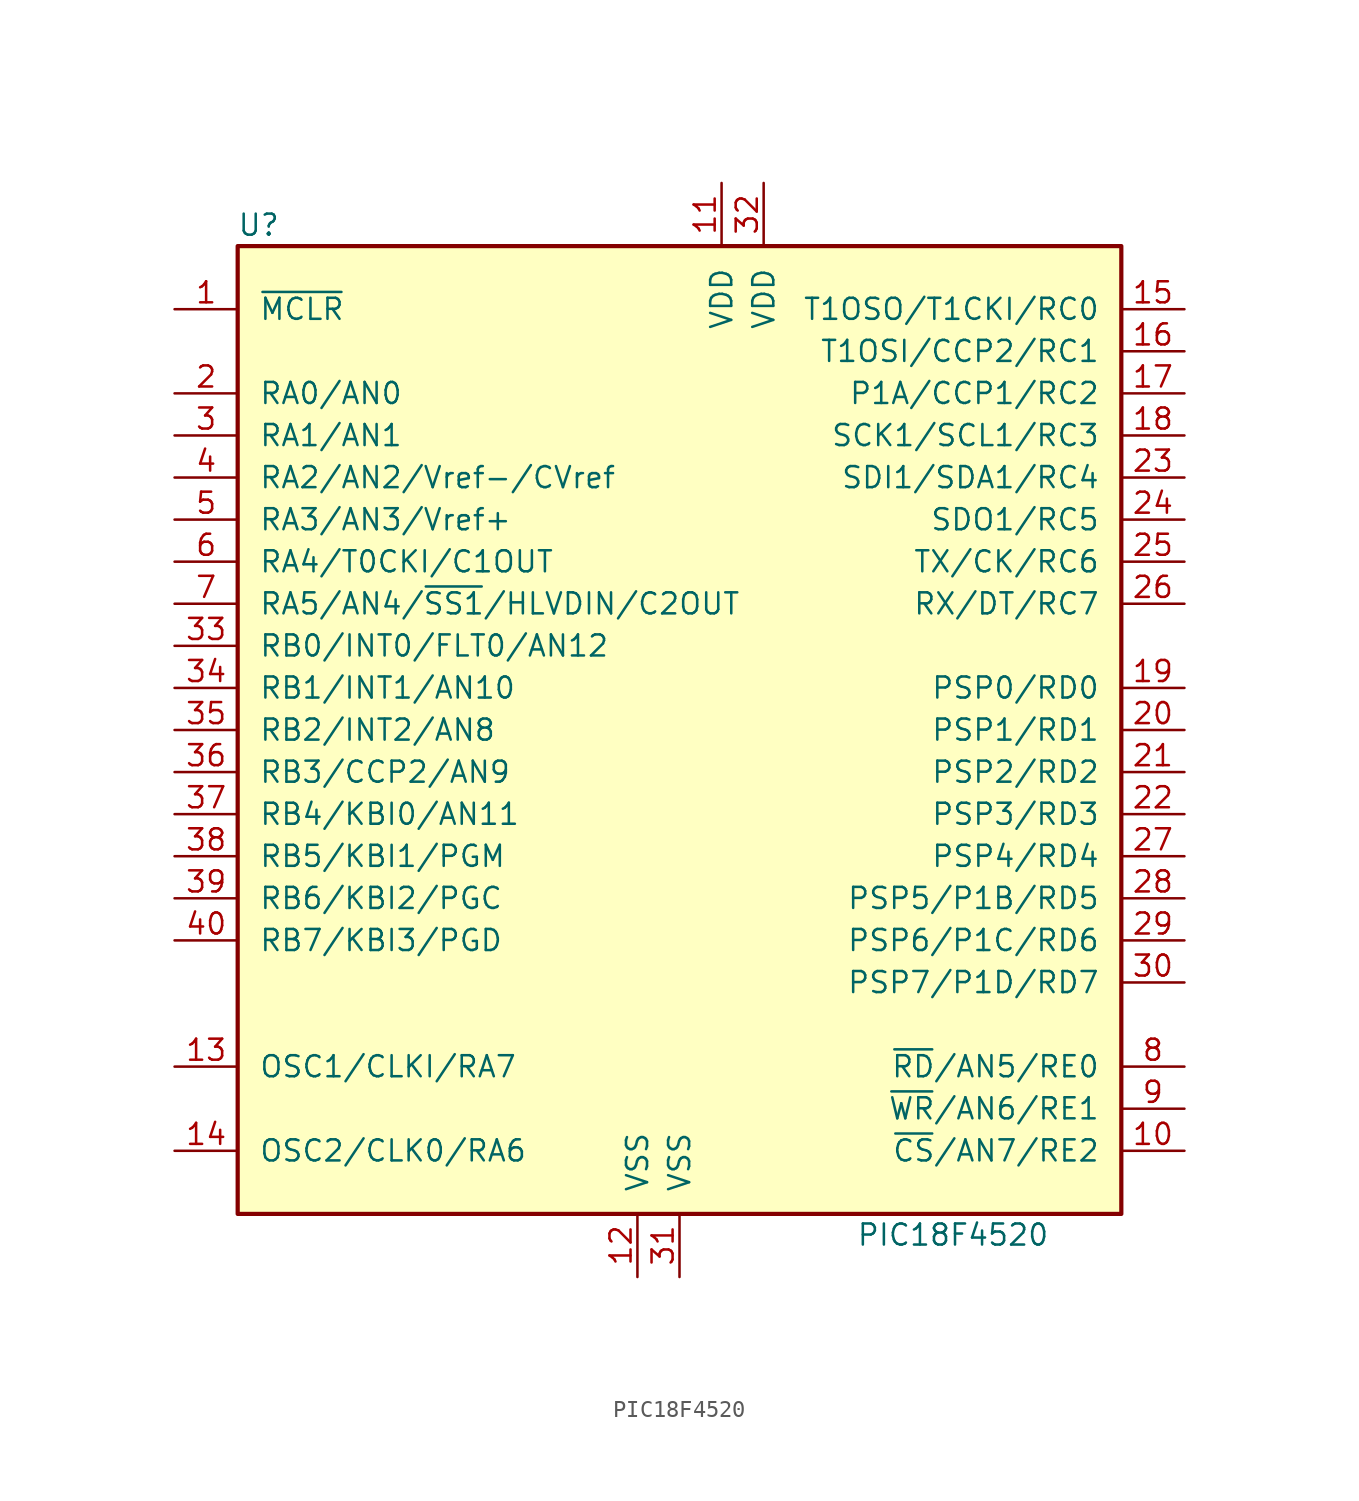
<source format=kicad_sym>
(kicad_symbol_lib
  (version 20241209)
  (generator "kicad_symbol_editor")
  (generator_version "9.0")
  (symbol "PIC18F4520"
    (pin_names
      (offset 1.27))
    (property "Reference" "U"
      (at -25.4 30.48 0)
      (effects (font (size 1.27 1.27))))
    (property "Value" "PIC18F4520"
      (at 16.51 -30.48 0)
      (effects (font (size 1.27 1.27))))
    (symbol "PIC18F4520_0_0"
      (rectangle (start -26.67 -29.21) (end 26.67 29.21) (stroke (width 0.254) (type default)) (fill (type background))))
    (symbol "PIC18F4520_1_1"
      (pin input line (at -30.48 25.4 0) (length 3.81) (name "~{MCLR}" (effects (font (size 1.27 1.27)))) (number "1" (effects (font (size 1.27 1.27)))))
      (pin tri_state line (at -30.48 20.32 0) (length 3.81) (name "RA0/AN0" (effects (font (size 1.27 1.27)))) (number "2" (effects (font (size 1.27 1.27)))))
      (pin tri_state line (at -30.48 17.78 0) (length 3.81) (name "RA1/AN1" (effects (font (size 1.27 1.27)))) (number "3" (effects (font (size 1.27 1.27)))))
      (pin tri_state line (at -30.48 15.24 0) (length 3.81) (name "RA2/AN2/Vref-/CVref" (effects (font (size 1.27 1.27)))) (number "4" (effects (font (size 1.27 1.27)))))
      (pin tri_state line (at -30.48 12.7 0) (length 3.81) (name "RA3/AN3/Vref+" (effects (font (size 1.27 1.27)))) (number "5" (effects (font (size 1.27 1.27)))))
      (pin tri_state line (at -30.48 10.16 0) (length 3.81) (name "RA4/T0CKI/C1OUT" (effects (font (size 1.27 1.27)))) (number "6" (effects (font (size 1.27 1.27)))))
      (pin tri_state line (at -30.48 7.62 0) (length 3.81) (name "RA5/AN4/~{SS1}/HLVDIN/C2OUT" (effects (font (size 1.27 1.27)))) (number "7" (effects (font (size 1.27 1.27)))))
      (pin tri_state line (at -30.48 5.08 0) (length 3.81) (name "RB0/INT0/FLT0/AN12" (effects (font (size 1.27 1.27)))) (number "33" (effects (font (size 1.27 1.27)))))
      (pin tri_state line (at -30.48 2.54 0) (length 3.81) (name "RB1/INT1/AN10" (effects (font (size 1.27 1.27)))) (number "34" (effects (font (size 1.27 1.27)))))
      (pin tri_state line (at -30.48 0 0) (length 3.81) (name "RB2/INT2/AN8" (effects (font (size 1.27 1.27)))) (number "35" (effects (font (size 1.27 1.27)))))
      (pin tri_state line (at -30.48 -2.54 0) (length 3.81) (name "RB3/CCP2/AN9" (effects (font (size 1.27 1.27)))) (number "36" (effects (font (size 1.27 1.27)))))
      (pin tri_state line (at -30.48 -5.08 0) (length 3.81) (name "RB4/KBI0/AN11" (effects (font (size 1.27 1.27)))) (number "37" (effects (font (size 1.27 1.27)))))
      (pin tri_state line (at -30.48 -7.62 0) (length 3.81) (name "RB5/KBI1/PGM" (effects (font (size 1.27 1.27)))) (number "38" (effects (font (size 1.27 1.27)))))
      (pin tri_state line (at -30.48 -10.16 0) (length 3.81) (name "RB6/KBI2/PGC" (effects (font (size 1.27 1.27)))) (number "39" (effects (font (size 1.27 1.27)))))
      (pin tri_state line (at -30.48 -12.7 0) (length 3.81) (name "RB7/KBI3/PGD" (effects (font (size 1.27 1.27)))) (number "40" (effects (font (size 1.27 1.27)))))
      (pin tri_state line (at -30.48 -20.32 0) (length 3.81) (name "OSC1/CLKI/RA7" (effects (font (size 1.27 1.27)))) (number "13" (effects (font (size 1.27 1.27)))))
      (pin tri_state line (at -30.48 -25.4 0) (length 3.81) (name "OSC2/CLK0/RA6" (effects (font (size 1.27 1.27)))) (number "14" (effects (font (size 1.27 1.27)))))
      (pin power_in line (at -2.54 -33.02 90) (length 3.81) (name "VSS" (effects (font (size 1.27 1.27)))) (number "12" (effects (font (size 1.27 1.27)))))
      (pin power_in line (at 0 -33.02 90) (length 3.81) (name "VSS" (effects (font (size 1.27 1.27)))) (number "31" (effects (font (size 1.27 1.27)))))
      (pin power_in line (at 2.54 33.02 270) (length 3.81) (name "VDD" (effects (font (size 1.27 1.27)))) (number "11" (effects (font (size 1.27 1.27)))))
      (pin power_in line (at 5.08 33.02 270) (length 3.81) (name "VDD" (effects (font (size 1.27 1.27)))) (number "32" (effects (font (size 1.27 1.27)))))
      (pin tri_state line (at 30.48 25.4 180) (length 3.81) (name "T1OSO/T1CKI/RC0" (effects (font (size 1.27 1.27)))) (number "15" (effects (font (size 1.27 1.27)))))
      (pin tri_state line (at 30.48 22.86 180) (length 3.81) (name "T1OSI/CCP2/RC1" (effects (font (size 1.27 1.27)))) (number "16" (effects (font (size 1.27 1.27)))))
      (pin tri_state line (at 30.48 20.32 180) (length 3.81) (name "P1A/CCP1/RC2" (effects (font (size 1.27 1.27)))) (number "17" (effects (font (size 1.27 1.27)))))
      (pin tri_state line (at 30.48 17.78 180) (length 3.81) (name "SCK1/SCL1/RC3" (effects (font (size 1.27 1.27)))) (number "18" (effects (font (size 1.27 1.27)))))
      (pin tri_state line (at 30.48 15.24 180) (length 3.81) (name "SDI1/SDA1/RC4" (effects (font (size 1.27 1.27)))) (number "23" (effects (font (size 1.27 1.27)))))
      (pin tri_state line (at 30.48 12.7 180) (length 3.81) (name "SDO1/RC5" (effects (font (size 1.27 1.27)))) (number "24" (effects (font (size 1.27 1.27)))))
      (pin tri_state line (at 30.48 10.16 180) (length 3.81) (name "TX/CK/RC6" (effects (font (size 1.27 1.27)))) (number "25" (effects (font (size 1.27 1.27)))))
      (pin tri_state line (at 30.48 7.62 180) (length 3.81) (name "RX/DT/RC7" (effects (font (size 1.27 1.27)))) (number "26" (effects (font (size 1.27 1.27)))))
      (pin tri_state line (at 30.48 2.54 180) (length 3.81) (name "PSP0/RD0" (effects (font (size 1.27 1.27)))) (number "19" (effects (font (size 1.27 1.27)))))
      (pin tri_state line (at 30.48 0 180) (length 3.81) (name "PSP1/RD1" (effects (font (size 1.27 1.27)))) (number "20" (effects (font (size 1.27 1.27)))))
      (pin tri_state line (at 30.48 -2.54 180) (length 3.81) (name "PSP2/RD2" (effects (font (size 1.27 1.27)))) (number "21" (effects (font (size 1.27 1.27)))))
      (pin tri_state line (at 30.48 -5.08 180) (length 3.81) (name "PSP3/RD3" (effects (font (size 1.27 1.27)))) (number "22" (effects (font (size 1.27 1.27)))))
      (pin tri_state line (at 30.48 -7.62 180) (length 3.81) (name "PSP4/RD4" (effects (font (size 1.27 1.27)))) (number "27" (effects (font (size 1.27 1.27)))))
      (pin tri_state line (at 30.48 -10.16 180) (length 3.81) (name "PSP5/P1B/RD5" (effects (font (size 1.27 1.27)))) (number "28" (effects (font (size 1.27 1.27)))))
      (pin tri_state line (at 30.48 -12.7 180) (length 3.81) (name "PSP6/P1C/RD6" (effects (font (size 1.27 1.27)))) (number "29" (effects (font (size 1.27 1.27)))))
      (pin tri_state line (at 30.48 -15.24 180) (length 3.81) (name "PSP7/P1D/RD7" (effects (font (size 1.27 1.27)))) (number "30" (effects (font (size 1.27 1.27)))))
      (pin tri_state line (at 30.48 -20.32 180) (length 3.81) (name "~{RD}/AN5/RE0" (effects (font (size 1.27 1.27)))) (number "8" (effects (font (size 1.27 1.27)))))
      (pin tri_state line (at 30.48 -22.86 180) (length 3.81) (name "~{WR}/AN6/RE1" (effects (font (size 1.27 1.27)))) (number "9" (effects (font (size 1.27 1.27)))))
      (pin tri_state line (at 30.48 -25.4 180) (length 3.81) (name "~{CS}/AN7/RE2" (effects (font (size 1.27 1.27)))) (number "10" (effects (font (size 1.27 1.27))))))))
</source>
